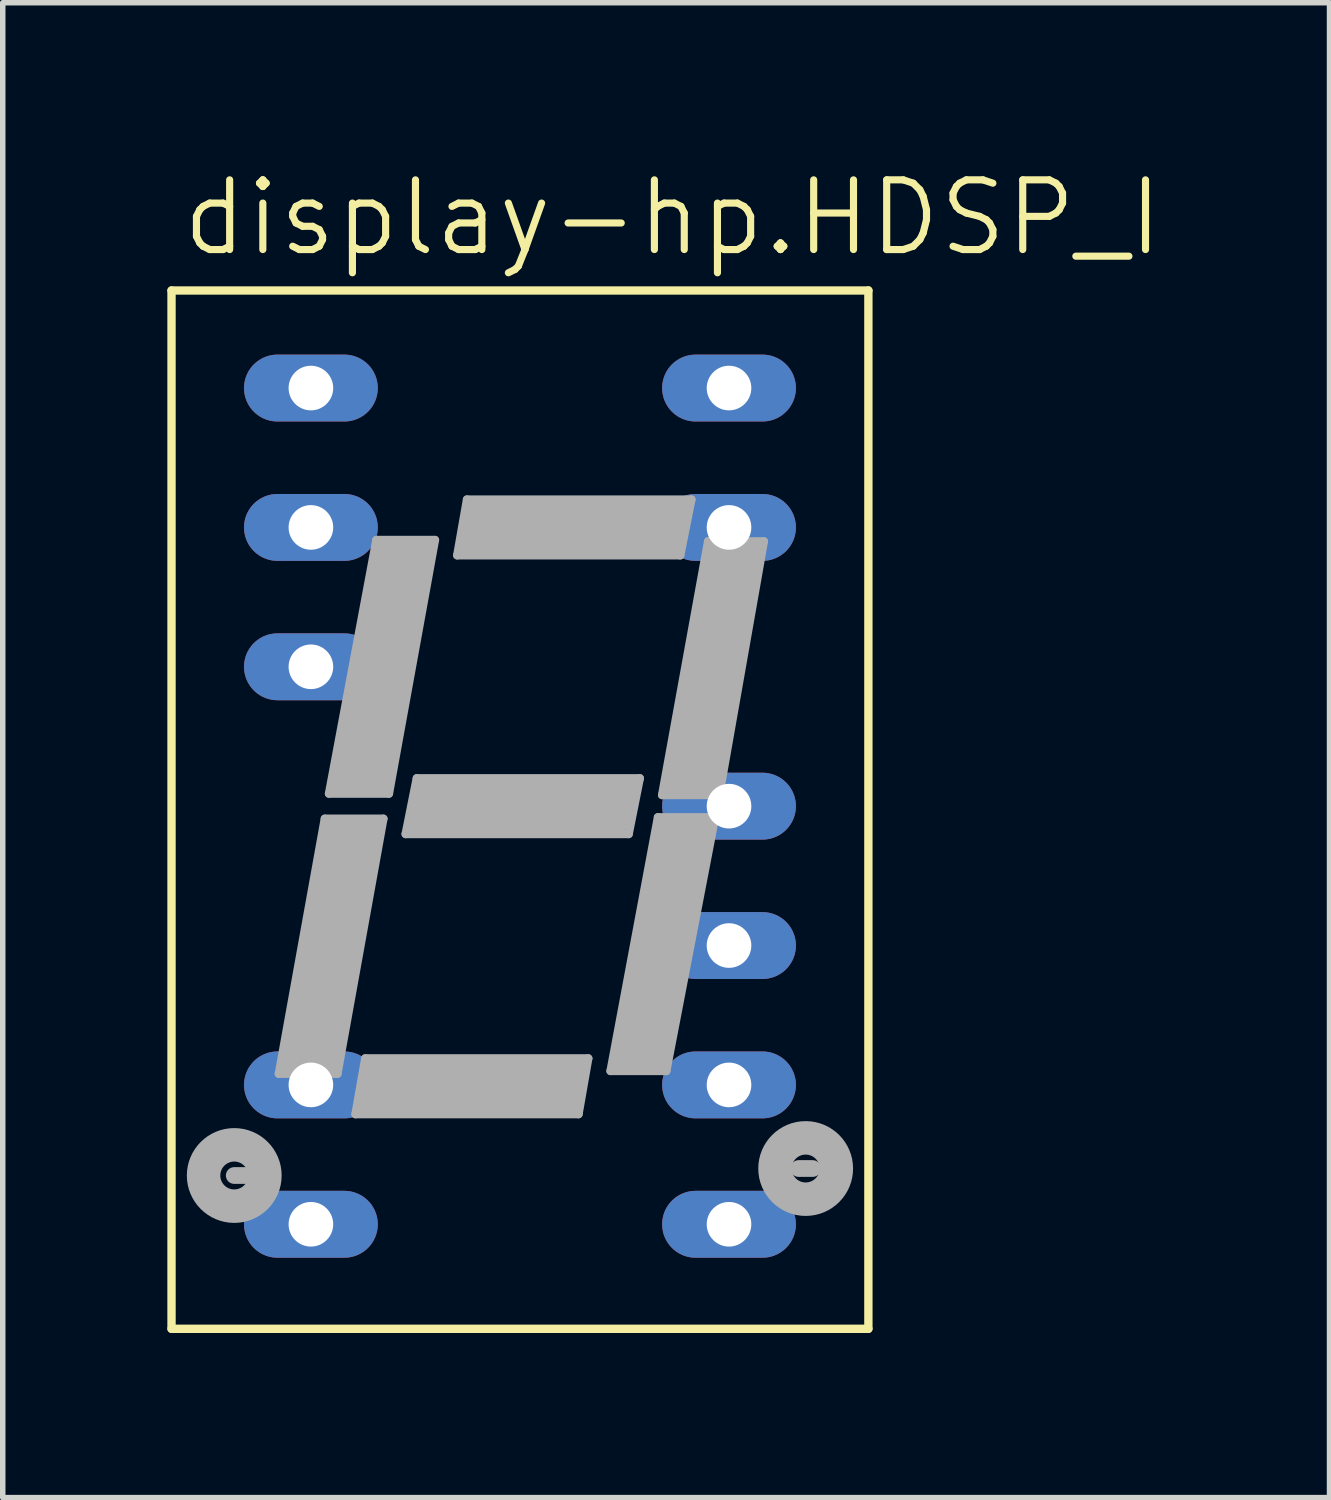
<source format=kicad_pcb>
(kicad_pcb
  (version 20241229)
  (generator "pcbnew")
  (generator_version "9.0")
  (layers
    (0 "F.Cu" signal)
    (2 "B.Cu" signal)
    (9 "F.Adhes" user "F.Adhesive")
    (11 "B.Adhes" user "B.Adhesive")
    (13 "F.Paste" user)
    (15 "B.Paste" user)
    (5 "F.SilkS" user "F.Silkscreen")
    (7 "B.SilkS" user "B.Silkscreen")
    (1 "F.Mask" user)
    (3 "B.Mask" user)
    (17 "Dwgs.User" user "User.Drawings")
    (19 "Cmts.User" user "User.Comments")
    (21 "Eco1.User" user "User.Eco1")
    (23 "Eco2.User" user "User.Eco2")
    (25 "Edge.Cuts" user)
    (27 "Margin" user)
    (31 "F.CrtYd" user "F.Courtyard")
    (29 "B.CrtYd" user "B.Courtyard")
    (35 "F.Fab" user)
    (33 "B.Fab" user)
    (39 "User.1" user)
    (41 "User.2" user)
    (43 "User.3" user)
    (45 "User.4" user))
  (footprint "display-hp.HDSP_I"
    (layer "F.Cu")
    (at 6.426 11.642)
    (property "Reference" "display-hp.HDSP_I" (at -6.223 -9.982 0) (layer "F.SilkS") (effects (font (size 1.27 1.27) (thickness 0.13)) (justify left bottom)))
    (attr through_hole)
    (fp_line (start -6.35 -9.398) (end 6.35 -9.398) (stroke (width 0.152) (type default)) (layer "F.SilkS"))
    (fp_line (start -6.35 9.525) (end -6.35 -9.398) (stroke (width 0.152) (type default)) (layer "F.SilkS"))
    (fp_line (start 6.35 -9.398) (end 6.35 9.525) (stroke (width 0.152) (type default)) (layer "F.SilkS"))
    (fp_line (start 6.35 9.525) (end -6.35 9.525) (stroke (width 0.152) (type default)) (layer "F.SilkS"))
    (fp_line (start -5.207 6.731) (end -4.953 6.731) (stroke (width 0.305) (type default)) (layer "F.Fab"))
    (fp_line (start -4.394 4.877) (end -3.556 0.229) (stroke (width 0.152) (type default)) (layer "F.Fab"))
    (fp_line (start -4.242 4.75) (end -4.191 4.547) (stroke (width 0.254) (type default)) (layer "F.Fab"))
    (fp_line (start -3.785 4.369) (end -3.124 0.737) (stroke (width 1.016) (type default)) (layer "F.Fab"))
    (fp_line (start -3.556 0.229) (end -2.489 0.229) (stroke (width 0.152) (type default)) (layer "F.Fab"))
    (fp_line (start -3.48 -0.229) (end -2.616 -4.851) (stroke (width 0.152) (type default)) (layer "F.Fab"))
    (fp_line (start -3.48 -0.229) (end -2.388 -0.229) (stroke (width 0.152) (type default)) (layer "F.Fab"))
    (fp_line (start -3.454 0.356) (end -2.642 0.356) (stroke (width 0.254) (type default)) (layer "F.Fab"))
    (fp_line (start -3.429 4.75) (end -4.242 4.75) (stroke (width 0.254) (type default)) (layer "F.Fab"))
    (fp_line (start -3.378 4.521) (end -3.429 4.75) (stroke (width 0.254) (type default)) (layer "F.Fab"))
    (fp_line (start -3.353 -0.33) (end -3.302 -0.533) (stroke (width 0.254) (type default)) (layer "F.Fab"))
    (fp_line (start -3.327 4.877) (end -4.394 4.877) (stroke (width 0.152) (type default)) (layer "F.Fab"))
    (fp_line (start -3.327 4.877) (end -2.489 0.229) (stroke (width 0.152) (type default)) (layer "F.Fab"))
    (fp_line (start -2.997 5.613) (end -2.819 4.597) (stroke (width 0.152) (type default)) (layer "F.Fab"))
    (fp_line (start -2.845 -0.711) (end -2.184 -4.369) (stroke (width 1.016) (type default)) (layer "F.Fab"))
    (fp_line (start -2.845 5.512) (end -2.616 5.512) (stroke (width 0.254) (type default)) (layer "F.Fab"))
    (fp_line (start -2.718 4.699) (end -2.845 5.512) (stroke (width 0.254) (type default)) (layer "F.Fab"))
    (fp_line (start -2.642 0.356) (end -2.667 0.635) (stroke (width 0.254) (type default)) (layer "F.Fab"))
    (fp_line (start -2.616 -4.851) (end -1.549 -4.851) (stroke (width 0.152) (type default)) (layer "F.Fab"))
    (fp_line (start -2.515 -4.724) (end -1.676 -4.724) (stroke (width 0.254) (type default)) (layer "F.Fab"))
    (fp_line (start -2.464 -0.33) (end -3.353 -0.33) (stroke (width 0.254) (type default)) (layer "F.Fab"))
    (fp_line (start -2.388 -0.229) (end -1.549 -4.851) (stroke (width 0.152) (type default)) (layer "F.Fab"))
    (fp_line (start -1.93 0.406) (end -1.702 0.406) (stroke (width 0.254) (type default)) (layer "F.Fab"))
    (fp_line (start -1.88 -0.508) (end -2.083 0.508) (stroke (width 0.152) (type default)) (layer "F.Fab"))
    (fp_line (start -1.778 -0.381) (end -1.93 0.406) (stroke (width 0.254) (type default)) (layer "F.Fab"))
    (fp_line (start -1.676 -4.724) (end -1.727 -4.496) (stroke (width 0.254) (type default)) (layer "F.Fab"))
    (fp_line (start -1.143 -4.572) (end -0.965 -5.588) (stroke (width 0.152) (type default)) (layer "F.Fab"))
    (fp_line (start -0.991 -4.674) (end -0.787 -4.674) (stroke (width 0.254) (type default)) (layer "F.Fab"))
    (fp_line (start -0.965 -5.588) (end 3.124 -5.588) (stroke (width 0.152) (type default)) (layer "F.Fab"))
    (fp_line (start -0.838 -5.486) (end -0.991 -4.674) (stroke (width 0.254) (type default)) (layer "F.Fab"))
    (fp_line (start -0.533 -5.08) (end 2.489 -5.08) (stroke (width 1.016) (type default)) (layer "F.Fab"))
    (fp_line (start 0.635 5.105) (end -2.388 5.105) (stroke (width 1.016) (type default)) (layer "F.Fab"))
    (fp_line (start 0.965 5.512) (end 1.092 4.699) (stroke (width 0.254) (type default)) (layer "F.Fab"))
    (fp_line (start 1.067 5.613) (end -2.997 5.613) (stroke (width 0.152) (type default)) (layer "F.Fab"))
    (fp_line (start 1.092 4.699) (end 0.787 4.699) (stroke (width 0.254) (type default)) (layer "F.Fab"))
    (fp_line (start 1.245 4.597) (end -2.819 4.597) (stroke (width 0.152) (type default)) (layer "F.Fab"))
    (fp_line (start 1.245 4.597) (end 1.067 5.613) (stroke (width 0.152) (type default)) (layer "F.Fab"))
    (fp_line (start 1.549 -0.381) (end 2.032 -0.381) (stroke (width 0.254) (type default)) (layer "F.Fab"))
    (fp_line (start 1.575 0) (end -1.422 0) (stroke (width 1.016) (type default)) (layer "F.Fab"))
    (fp_line (start 1.651 4.826) (end 2.515 0.203) (stroke (width 0.152) (type default)) (layer "F.Fab"))
    (fp_line (start 1.753 4.699) (end 1.803 4.547) (stroke (width 0.254) (type default)) (layer "F.Fab"))
    (fp_line (start 1.981 0.508) (end -2.083 0.508) (stroke (width 0.152) (type default)) (layer "F.Fab"))
    (fp_line (start 2.032 -0.381) (end 1.854 0.406) (stroke (width 0.152) (type default)) (layer "F.Fab"))
    (fp_line (start 2.184 -0.508) (end -1.88 -0.508) (stroke (width 0.152) (type default)) (layer "F.Fab"))
    (fp_line (start 2.184 -0.508) (end 1.981 0.508) (stroke (width 0.152) (type default)) (layer "F.Fab"))
    (fp_line (start 2.515 0.203) (end 3.556 0.203) (stroke (width 0.152) (type default)) (layer "F.Fab"))
    (fp_line (start 2.591 -4.699) (end 2.819 -4.699) (stroke (width 0.152) (type default)) (layer "F.Fab"))
    (fp_line (start 2.591 -0.203) (end 3.429 -4.826) (stroke (width 0.152) (type default)) (layer "F.Fab"))
    (fp_line (start 2.591 -0.203) (end 3.632 -0.203) (stroke (width 0.152) (type default)) (layer "F.Fab"))
    (fp_line (start 2.591 4.699) (end 1.753 4.699) (stroke (width 0.254) (type default)) (layer "F.Fab"))
    (fp_line (start 2.616 0.33) (end 3.429 0.33) (stroke (width 0.254) (type default)) (layer "F.Fab"))
    (fp_line (start 2.667 4.826) (end 1.651 4.826) (stroke (width 0.152) (type default)) (layer "F.Fab"))
    (fp_line (start 2.718 -0.33) (end 2.794 -0.635) (stroke (width 0.254) (type default)) (layer "F.Fab"))
    (fp_line (start 2.819 -4.699) (end 2.972 -5.486) (stroke (width 0.254) (type default)) (layer "F.Fab"))
    (fp_line (start 2.921 -4.572) (end -1.143 -4.572) (stroke (width 0.152) (type default)) (layer "F.Fab"))
    (fp_line (start 2.946 0.711) (end 2.235 4.343) (stroke (width 1.016) (type default)) (layer "F.Fab"))
    (fp_line (start 2.972 -5.486) (end 2.667 -5.486) (stroke (width 0.254) (type default)) (layer "F.Fab"))
    (fp_line (start 3.124 -5.588) (end 2.921 -4.572) (stroke (width 0.152) (type default)) (layer "F.Fab"))
    (fp_line (start 3.429 -4.826) (end 4.445 -4.826) (stroke (width 0.152) (type default)) (layer "F.Fab"))
    (fp_line (start 3.429 0.33) (end 3.353 0.584) (stroke (width 0.254) (type default)) (layer "F.Fab"))
    (fp_line (start 3.505 -4.674) (end 4.318 -4.674) (stroke (width 0.254) (type default)) (layer "F.Fab"))
    (fp_line (start 3.556 -0.33) (end 2.718 -0.33) (stroke (width 0.254) (type default)) (layer "F.Fab"))
    (fp_line (start 3.556 0.203) (end 2.667 4.826) (stroke (width 0.152) (type default)) (layer "F.Fab"))
    (fp_line (start 3.861 -4.293) (end 3.2 -0.686) (stroke (width 1.016) (type default)) (layer "F.Fab"))
    (fp_line (start 4.318 -4.674) (end 4.267 -4.496) (stroke (width 0.254) (type default)) (layer "F.Fab"))
    (fp_line (start 4.445 -4.826) (end 3.632 -0.203) (stroke (width 0.152) (type default)) (layer "F.Fab"))
    (fp_line (start 5.08 6.604) (end 5.334 6.604) (stroke (width 0.305) (type default)) (layer "F.Fab"))
    (fp_circle (center -5.207 6.731) (end -4.953 6.731) (stroke (width 0.61) (type default)) (fill no) (layer "F.Fab"))
    (fp_circle (center 5.207 6.604) (end 5.461 6.604) (stroke (width 0.61) (type default)) (fill no) (layer "F.Fab"))
    (pad "1" thru_hole oval (at -3.81 -7.62) (size 2.438 1.219) (drill 0.813) (layers "*.Cu" "*.Mask"))
    (pad "2" thru_hole oval (at -3.81 -5.08) (size 2.438 1.219) (drill 0.813) (layers "*.Cu" "*.Mask"))
    (pad "3" thru_hole oval (at -3.81 -2.54) (size 2.438 1.219) (drill 0.813) (layers "*.Cu" "*.Mask"))
    (pad "6" thru_hole oval (at -3.81 5.08) (size 2.438 1.219) (drill 0.813) (layers "*.Cu" "*.Mask"))
    (pad "7" thru_hole oval (at -3.81 7.62) (size 2.438 1.219) (drill 0.813) (layers "*.Cu" "*.Mask"))
    (pad "8" thru_hole oval (at 3.81 7.62) (size 2.438 1.219) (drill 0.813) (layers "*.Cu" "*.Mask"))
    (pad "9" thru_hole oval (at 3.81 5.08) (size 2.438 1.219) (drill 0.813) (layers "*.Cu" "*.Mask"))
    (pad "10" thru_hole oval (at 3.81 2.54) (size 2.438 1.219) (drill 0.813) (layers "*.Cu" "*.Mask"))
    (pad "11" thru_hole oval (at 3.81 0) (size 2.438 1.219) (drill 0.813) (layers "*.Cu" "*.Mask"))
    (pad "13" thru_hole oval (at 3.81 -5.08) (size 2.438 1.219) (drill 0.813) (layers "*.Cu" "*.Mask"))
    (pad "14" thru_hole oval (at 3.81 -7.62) (size 2.438 1.219) (drill 0.813) (layers "*.Cu" "*.Mask")))
  (gr_rect
    (start -3 -3)
    (end 21.18 24.243)
    (stroke (width 0.1) (type default))
    (fill no)
    (layer "Edge.Cuts")))
</source>
